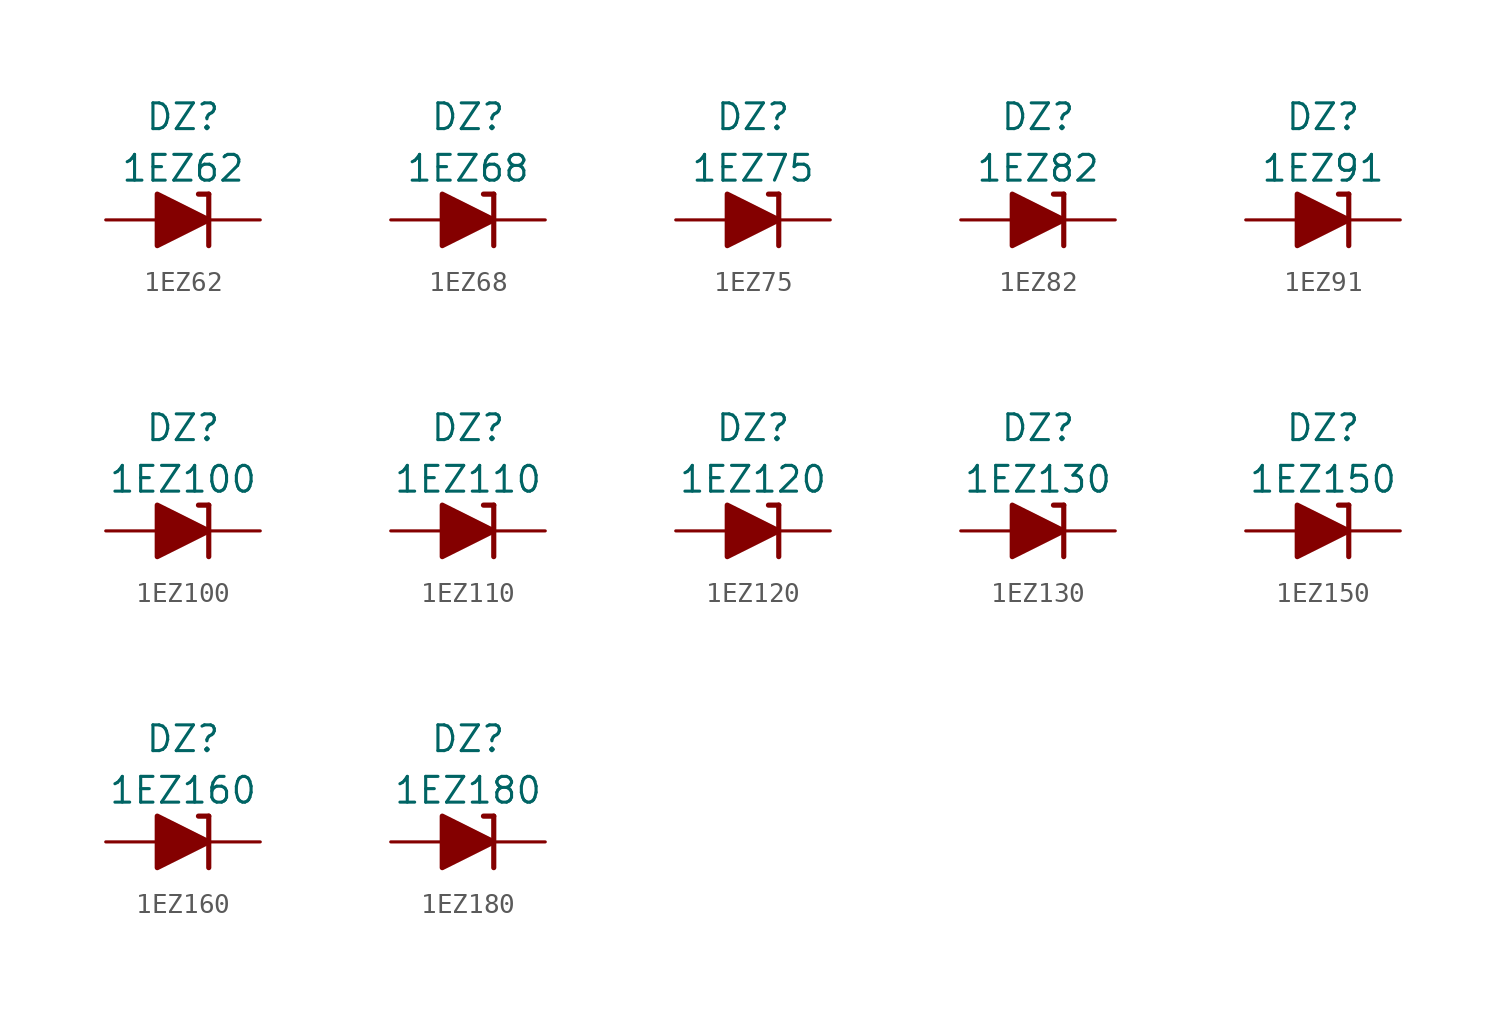
<source format=kicad_sym>
(kicad_symbol_lib
  (version 20211014)
  (generator kicad_symbol_editor)
  (symbol "1EZ62"
    (pin_numbers hide)
    (pin_names
      (offset 1.016) hide)
    (property "Reference" "DZ"
      (at 0 5.08 0)
      (effects (font (size 1.27 1.27))))
    (property "Value" "1EZ62"
      (at 0 2.54 0)
      (effects (font (size 1.27 1.27))))
    (symbol "1EZ62_0_1"
      (polyline (pts (xy -1.27 0) (xy 1.27 0)) (stroke (width 0) (type default) (color 0 0 0 0)) (fill (type none)))
      (polyline (pts (xy 1.27 1.27) (xy 0.762 1.27)) (stroke (width 0.254) (type default) (color 0 0 0 0)) (fill (type none)))
      (polyline (pts (xy 1.27 1.27) (xy 1.27 -1.27)) (stroke (width 0.254) (type default) (color 0 0 0 0)) (fill (type none)))
      (polyline (pts (xy -1.27 -1.27) (xy -1.27 1.27) (xy 1.27 0) (xy -1.27 -1.27)) (stroke (width 0.254) (type default) (color 0 0 0 0)) (fill (type outline))))
    (symbol "1EZ62_1_1"
      (pin passive line (at 3.81 0 180) (length 2.54) (name "K" (effects (font (size 1.27 1.27)))) (number "1" (effects (font (size 1.27 1.27)))))
      (pin passive line (at -3.81 0 0) (length 2.54) (name "A" (effects (font (size 1.27 1.27)))) (number "2" (effects (font (size 1.27 1.27)))))))
  (symbol "1EZ68"
    (pin_numbers hide)
    (pin_names
      (offset 1.016) hide)
    (property "Reference" "DZ"
      (at 0 5.08 0)
      (effects (font (size 1.27 1.27))))
    (property "Value" "1EZ68"
      (at 0 2.54 0)
      (effects (font (size 1.27 1.27))))
    (symbol "1EZ68_0_1"
      (polyline (pts (xy -1.27 0) (xy 1.27 0)) (stroke (width 0) (type default) (color 0 0 0 0)) (fill (type none)))
      (polyline (pts (xy 1.27 1.27) (xy 0.762 1.27)) (stroke (width 0.254) (type default) (color 0 0 0 0)) (fill (type none)))
      (polyline (pts (xy 1.27 1.27) (xy 1.27 -1.27)) (stroke (width 0.254) (type default) (color 0 0 0 0)) (fill (type none)))
      (polyline (pts (xy -1.27 -1.27) (xy -1.27 1.27) (xy 1.27 0) (xy -1.27 -1.27)) (stroke (width 0.254) (type default) (color 0 0 0 0)) (fill (type outline))))
    (symbol "1EZ68_1_1"
      (pin passive line (at 3.81 0 180) (length 2.54) (name "K" (effects (font (size 1.27 1.27)))) (number "1" (effects (font (size 1.27 1.27)))))
      (pin passive line (at -3.81 0 0) (length 2.54) (name "A" (effects (font (size 1.27 1.27)))) (number "2" (effects (font (size 1.27 1.27)))))))
  (symbol "1EZ75"
    (pin_numbers hide)
    (pin_names
      (offset 1.016) hide)
    (property "Reference" "DZ"
      (at 0 5.08 0)
      (effects (font (size 1.27 1.27))))
    (property "Value" "1EZ75"
      (at 0 2.54 0)
      (effects (font (size 1.27 1.27))))
    (symbol "1EZ75_0_1"
      (polyline (pts (xy -1.27 0) (xy 1.27 0)) (stroke (width 0) (type default) (color 0 0 0 0)) (fill (type none)))
      (polyline (pts (xy 1.27 1.27) (xy 0.762 1.27)) (stroke (width 0.254) (type default) (color 0 0 0 0)) (fill (type none)))
      (polyline (pts (xy 1.27 1.27) (xy 1.27 -1.27)) (stroke (width 0.254) (type default) (color 0 0 0 0)) (fill (type none)))
      (polyline (pts (xy -1.27 -1.27) (xy -1.27 1.27) (xy 1.27 0) (xy -1.27 -1.27)) (stroke (width 0.254) (type default) (color 0 0 0 0)) (fill (type outline))))
    (symbol "1EZ75_1_1"
      (pin passive line (at 3.81 0 180) (length 2.54) (name "K" (effects (font (size 1.27 1.27)))) (number "1" (effects (font (size 1.27 1.27)))))
      (pin passive line (at -3.81 0 0) (length 2.54) (name "A" (effects (font (size 1.27 1.27)))) (number "2" (effects (font (size 1.27 1.27)))))))
  (symbol "1EZ82"
    (pin_numbers hide)
    (pin_names
      (offset 1.016) hide)
    (property "Reference" "DZ"
      (at 0 5.08 0)
      (effects (font (size 1.27 1.27))))
    (property "Value" "1EZ82"
      (at 0 2.54 0)
      (effects (font (size 1.27 1.27))))
    (symbol "1EZ82_0_1"
      (polyline (pts (xy -1.27 0) (xy 1.27 0)) (stroke (width 0) (type default) (color 0 0 0 0)) (fill (type none)))
      (polyline (pts (xy 1.27 1.27) (xy 0.762 1.27)) (stroke (width 0.254) (type default) (color 0 0 0 0)) (fill (type none)))
      (polyline (pts (xy 1.27 1.27) (xy 1.27 -1.27)) (stroke (width 0.254) (type default) (color 0 0 0 0)) (fill (type none)))
      (polyline (pts (xy -1.27 -1.27) (xy -1.27 1.27) (xy 1.27 0) (xy -1.27 -1.27)) (stroke (width 0.254) (type default) (color 0 0 0 0)) (fill (type outline))))
    (symbol "1EZ82_1_1"
      (pin passive line (at 3.81 0 180) (length 2.54) (name "K" (effects (font (size 1.27 1.27)))) (number "1" (effects (font (size 1.27 1.27)))))
      (pin passive line (at -3.81 0 0) (length 2.54) (name "A" (effects (font (size 1.27 1.27)))) (number "2" (effects (font (size 1.27 1.27)))))))
  (symbol "1EZ91"
    (pin_numbers hide)
    (pin_names
      (offset 1.016) hide)
    (property "Reference" "DZ"
      (at 0 5.08 0)
      (effects (font (size 1.27 1.27))))
    (property "Value" "1EZ91"
      (at 0 2.54 0)
      (effects (font (size 1.27 1.27))))
    (symbol "1EZ91_0_1"
      (polyline (pts (xy -1.27 0) (xy 1.27 0)) (stroke (width 0) (type default) (color 0 0 0 0)) (fill (type none)))
      (polyline (pts (xy 1.27 1.27) (xy 0.762 1.27)) (stroke (width 0.254) (type default) (color 0 0 0 0)) (fill (type none)))
      (polyline (pts (xy 1.27 1.27) (xy 1.27 -1.27)) (stroke (width 0.254) (type default) (color 0 0 0 0)) (fill (type none)))
      (polyline (pts (xy -1.27 -1.27) (xy -1.27 1.27) (xy 1.27 0) (xy -1.27 -1.27)) (stroke (width 0.254) (type default) (color 0 0 0 0)) (fill (type outline))))
    (symbol "1EZ91_1_1"
      (pin passive line (at 3.81 0 180) (length 2.54) (name "K" (effects (font (size 1.27 1.27)))) (number "1" (effects (font (size 1.27 1.27)))))
      (pin passive line (at -3.81 0 0) (length 2.54) (name "A" (effects (font (size 1.27 1.27)))) (number "2" (effects (font (size 1.27 1.27)))))))
  (symbol "1EZ100"
    (pin_numbers hide)
    (pin_names
      (offset 1.016) hide)
    (property "Reference" "DZ"
      (at 0 5.08 0)
      (effects (font (size 1.27 1.27))))
    (property "Value" "1EZ100"
      (at 0 2.54 0)
      (effects (font (size 1.27 1.27))))
    (symbol "1EZ100_0_1"
      (polyline (pts (xy -1.27 0) (xy 1.27 0)) (stroke (width 0) (type default) (color 0 0 0 0)) (fill (type none)))
      (polyline (pts (xy 1.27 1.27) (xy 0.762 1.27)) (stroke (width 0.254) (type default) (color 0 0 0 0)) (fill (type none)))
      (polyline (pts (xy 1.27 1.27) (xy 1.27 -1.27)) (stroke (width 0.254) (type default) (color 0 0 0 0)) (fill (type none)))
      (polyline (pts (xy -1.27 -1.27) (xy -1.27 1.27) (xy 1.27 0) (xy -1.27 -1.27)) (stroke (width 0.254) (type default) (color 0 0 0 0)) (fill (type outline))))
    (symbol "1EZ100_1_1"
      (pin passive line (at 3.81 0 180) (length 2.54) (name "K" (effects (font (size 1.27 1.27)))) (number "1" (effects (font (size 1.27 1.27)))))
      (pin passive line (at -3.81 0 0) (length 2.54) (name "A" (effects (font (size 1.27 1.27)))) (number "2" (effects (font (size 1.27 1.27)))))))
  (symbol "1EZ110"
    (pin_numbers hide)
    (pin_names
      (offset 1.016) hide)
    (property "Reference" "DZ"
      (at 0 5.08 0)
      (effects (font (size 1.27 1.27))))
    (property "Value" "1EZ110"
      (at 0 2.54 0)
      (effects (font (size 1.27 1.27))))
    (symbol "1EZ110_0_1"
      (polyline (pts (xy -1.27 0) (xy 1.27 0)) (stroke (width 0) (type default) (color 0 0 0 0)) (fill (type none)))
      (polyline (pts (xy 1.27 1.27) (xy 0.762 1.27)) (stroke (width 0.254) (type default) (color 0 0 0 0)) (fill (type none)))
      (polyline (pts (xy 1.27 1.27) (xy 1.27 -1.27)) (stroke (width 0.254) (type default) (color 0 0 0 0)) (fill (type none)))
      (polyline (pts (xy -1.27 -1.27) (xy -1.27 1.27) (xy 1.27 0) (xy -1.27 -1.27)) (stroke (width 0.254) (type default) (color 0 0 0 0)) (fill (type outline))))
    (symbol "1EZ110_1_1"
      (pin passive line (at 3.81 0 180) (length 2.54) (name "K" (effects (font (size 1.27 1.27)))) (number "1" (effects (font (size 1.27 1.27)))))
      (pin passive line (at -3.81 0 0) (length 2.54) (name "A" (effects (font (size 1.27 1.27)))) (number "2" (effects (font (size 1.27 1.27)))))))
  (symbol "1EZ120"
    (pin_numbers hide)
    (pin_names
      (offset 1.016) hide)
    (property "Reference" "DZ"
      (at 0 5.08 0)
      (effects (font (size 1.27 1.27))))
    (property "Value" "1EZ120"
      (at 0 2.54 0)
      (effects (font (size 1.27 1.27))))
    (symbol "1EZ120_0_1"
      (polyline (pts (xy -1.27 0) (xy 1.27 0)) (stroke (width 0) (type default) (color 0 0 0 0)) (fill (type none)))
      (polyline (pts (xy 1.27 1.27) (xy 0.762 1.27)) (stroke (width 0.254) (type default) (color 0 0 0 0)) (fill (type none)))
      (polyline (pts (xy 1.27 1.27) (xy 1.27 -1.27)) (stroke (width 0.254) (type default) (color 0 0 0 0)) (fill (type none)))
      (polyline (pts (xy -1.27 -1.27) (xy -1.27 1.27) (xy 1.27 0) (xy -1.27 -1.27)) (stroke (width 0.254) (type default) (color 0 0 0 0)) (fill (type outline))))
    (symbol "1EZ120_1_1"
      (pin passive line (at 3.81 0 180) (length 2.54) (name "K" (effects (font (size 1.27 1.27)))) (number "1" (effects (font (size 1.27 1.27)))))
      (pin passive line (at -3.81 0 0) (length 2.54) (name "A" (effects (font (size 1.27 1.27)))) (number "2" (effects (font (size 1.27 1.27)))))))
  (symbol "1EZ130"
    (pin_numbers hide)
    (pin_names
      (offset 1.016) hide)
    (property "Reference" "DZ"
      (at 0 5.08 0)
      (effects (font (size 1.27 1.27))))
    (property "Value" "1EZ130"
      (at 0 2.54 0)
      (effects (font (size 1.27 1.27))))
    (symbol "1EZ130_0_1"
      (polyline (pts (xy -1.27 0) (xy 1.27 0)) (stroke (width 0) (type default) (color 0 0 0 0)) (fill (type none)))
      (polyline (pts (xy 1.27 1.27) (xy 0.762 1.27)) (stroke (width 0.254) (type default) (color 0 0 0 0)) (fill (type none)))
      (polyline (pts (xy 1.27 1.27) (xy 1.27 -1.27)) (stroke (width 0.254) (type default) (color 0 0 0 0)) (fill (type none)))
      (polyline (pts (xy -1.27 -1.27) (xy -1.27 1.27) (xy 1.27 0) (xy -1.27 -1.27)) (stroke (width 0.254) (type default) (color 0 0 0 0)) (fill (type outline))))
    (symbol "1EZ130_1_1"
      (pin passive line (at 3.81 0 180) (length 2.54) (name "K" (effects (font (size 1.27 1.27)))) (number "1" (effects (font (size 1.27 1.27)))))
      (pin passive line (at -3.81 0 0) (length 2.54) (name "A" (effects (font (size 1.27 1.27)))) (number "2" (effects (font (size 1.27 1.27)))))))
  (symbol "1EZ150"
    (pin_numbers hide)
    (pin_names
      (offset 1.016) hide)
    (property "Reference" "DZ"
      (at 0 5.08 0)
      (effects (font (size 1.27 1.27))))
    (property "Value" "1EZ150"
      (at 0 2.54 0)
      (effects (font (size 1.27 1.27))))
    (symbol "1EZ150_0_1"
      (polyline (pts (xy -1.27 0) (xy 1.27 0)) (stroke (width 0) (type default) (color 0 0 0 0)) (fill (type none)))
      (polyline (pts (xy 1.27 1.27) (xy 0.762 1.27)) (stroke (width 0.254) (type default) (color 0 0 0 0)) (fill (type none)))
      (polyline (pts (xy 1.27 1.27) (xy 1.27 -1.27)) (stroke (width 0.254) (type default) (color 0 0 0 0)) (fill (type none)))
      (polyline (pts (xy -1.27 -1.27) (xy -1.27 1.27) (xy 1.27 0) (xy -1.27 -1.27)) (stroke (width 0.254) (type default) (color 0 0 0 0)) (fill (type outline))))
    (symbol "1EZ150_1_1"
      (pin passive line (at 3.81 0 180) (length 2.54) (name "K" (effects (font (size 1.27 1.27)))) (number "1" (effects (font (size 1.27 1.27)))))
      (pin passive line (at -3.81 0 0) (length 2.54) (name "A" (effects (font (size 1.27 1.27)))) (number "2" (effects (font (size 1.27 1.27)))))))
  (symbol "1EZ160"
    (pin_numbers hide)
    (pin_names
      (offset 1.016) hide)
    (property "Reference" "DZ"
      (at 0 5.08 0)
      (effects (font (size 1.27 1.27))))
    (property "Value" "1EZ160"
      (at 0 2.54 0)
      (effects (font (size 1.27 1.27))))
    (symbol "1EZ160_0_1"
      (polyline (pts (xy -1.27 0) (xy 1.27 0)) (stroke (width 0) (type default) (color 0 0 0 0)) (fill (type none)))
      (polyline (pts (xy 1.27 1.27) (xy 0.762 1.27)) (stroke (width 0.254) (type default) (color 0 0 0 0)) (fill (type none)))
      (polyline (pts (xy 1.27 1.27) (xy 1.27 -1.27)) (stroke (width 0.254) (type default) (color 0 0 0 0)) (fill (type none)))
      (polyline (pts (xy -1.27 -1.27) (xy -1.27 1.27) (xy 1.27 0) (xy -1.27 -1.27)) (stroke (width 0.254) (type default) (color 0 0 0 0)) (fill (type outline))))
    (symbol "1EZ160_1_1"
      (pin passive line (at 3.81 0 180) (length 2.54) (name "K" (effects (font (size 1.27 1.27)))) (number "1" (effects (font (size 1.27 1.27)))))
      (pin passive line (at -3.81 0 0) (length 2.54) (name "A" (effects (font (size 1.27 1.27)))) (number "2" (effects (font (size 1.27 1.27)))))))
  (symbol "1EZ180"
    (pin_numbers hide)
    (pin_names
      (offset 1.016) hide)
    (property "Reference" "DZ"
      (at 0 5.08 0)
      (effects (font (size 1.27 1.27))))
    (property "Value" "1EZ180"
      (at 0 2.54 0)
      (effects (font (size 1.27 1.27))))
    (symbol "1EZ180_0_1"
      (polyline (pts (xy -1.27 0) (xy 1.27 0)) (stroke (width 0) (type default) (color 0 0 0 0)) (fill (type none)))
      (polyline (pts (xy 1.27 1.27) (xy 0.762 1.27)) (stroke (width 0.254) (type default) (color 0 0 0 0)) (fill (type none)))
      (polyline (pts (xy 1.27 1.27) (xy 1.27 -1.27)) (stroke (width 0.254) (type default) (color 0 0 0 0)) (fill (type none)))
      (polyline (pts (xy -1.27 -1.27) (xy -1.27 1.27) (xy 1.27 0) (xy -1.27 -1.27)) (stroke (width 0.254) (type default) (color 0 0 0 0)) (fill (type outline))))
    (symbol "1EZ180_1_1"
      (pin passive line (at 3.81 0 180) (length 2.54) (name "K" (effects (font (size 1.27 1.27)))) (number "1" (effects (font (size 1.27 1.27)))))
      (pin passive line (at -3.81 0 0) (length 2.54) (name "A" (effects (font (size 1.27 1.27)))) (number "2" (effects (font (size 1.27 1.27))))))))
</source>
